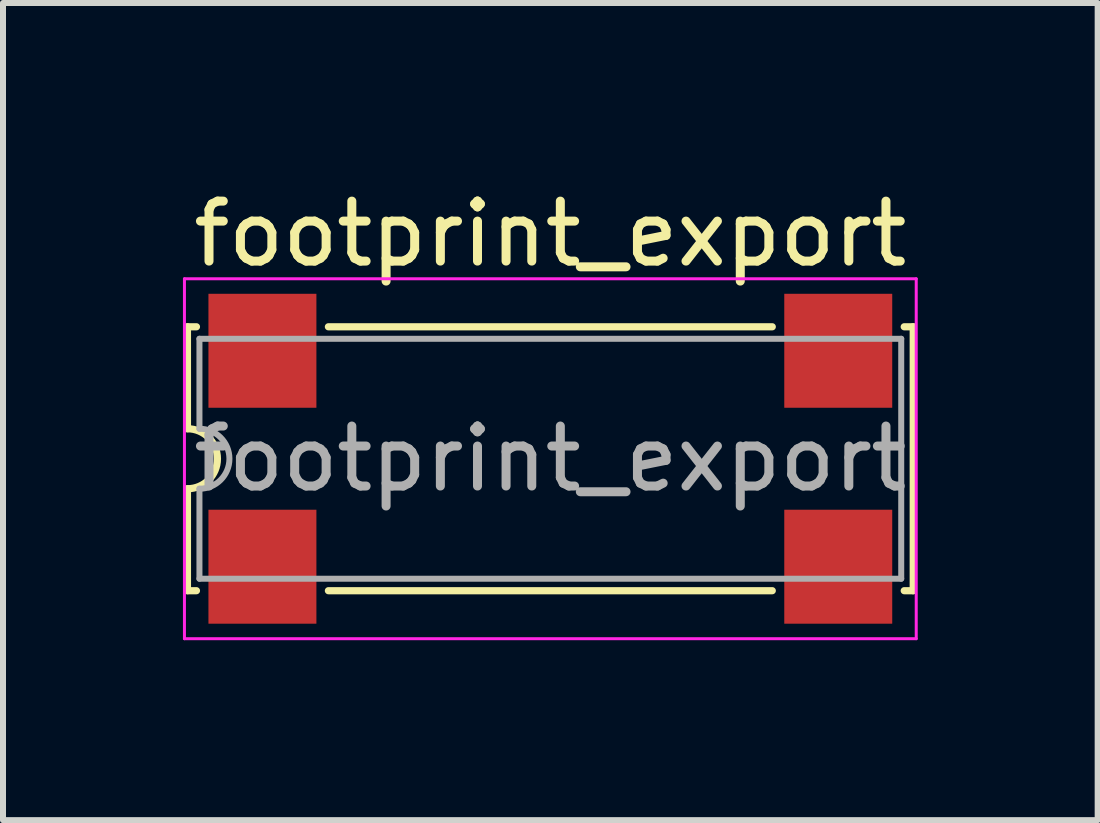
<source format=kicad_pcb>
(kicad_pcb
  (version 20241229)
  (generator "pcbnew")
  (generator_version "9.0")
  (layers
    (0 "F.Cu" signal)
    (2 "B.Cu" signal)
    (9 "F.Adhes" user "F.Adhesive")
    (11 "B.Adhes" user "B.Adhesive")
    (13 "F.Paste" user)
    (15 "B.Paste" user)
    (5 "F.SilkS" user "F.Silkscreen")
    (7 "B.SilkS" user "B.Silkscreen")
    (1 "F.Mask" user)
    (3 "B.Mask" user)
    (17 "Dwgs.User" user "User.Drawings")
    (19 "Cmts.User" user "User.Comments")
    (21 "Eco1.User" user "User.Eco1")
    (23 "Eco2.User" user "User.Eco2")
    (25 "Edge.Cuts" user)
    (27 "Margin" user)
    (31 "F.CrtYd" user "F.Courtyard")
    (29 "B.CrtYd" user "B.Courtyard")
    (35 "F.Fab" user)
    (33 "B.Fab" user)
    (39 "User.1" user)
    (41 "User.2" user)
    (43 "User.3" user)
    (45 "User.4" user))
  (footprint "footprint_export"
    (layer "F.Cu")
    (at 6.125 4.598)
    (property "Reference" "footprint_export" (at 0 -3.75 0) (layer "F.SilkS") (effects (font (size 1 1) (thickness 0.15))))
    (attr smd)
    (fp_line (start -6.05 -2.2) (end -5.9 -2.2) (stroke (width 0.12) (type solid)) (layer "F.SilkS"))
    (fp_line (start -6.05 -0.5) (end -6.05 -2.2) (stroke (width 0.12) (type solid)) (layer "F.SilkS"))
    (fp_line (start -6.05 2.2) (end -6.05 0.5) (stroke (width 0.12) (type solid)) (layer "F.SilkS"))
    (fp_line (start -6.05 2.2) (end -5.9 2.2) (stroke (width 0.12) (type solid)) (layer "F.SilkS"))
    (fp_line (start -3.7 -2.2) (end 3.7 -2.2) (stroke (width 0.12) (type solid)) (layer "F.SilkS"))
    (fp_line (start 3.7 2.2) (end -3.7 2.2) (stroke (width 0.12) (type solid)) (layer "F.SilkS"))
    (fp_line (start 5.9 -2.2) (end 6.05 -2.2) (stroke (width 0.12) (type solid)) (layer "F.SilkS"))
    (fp_line (start 6.05 -2.2) (end 6.05 2.2) (stroke (width 0.12) (type solid)) (layer "F.SilkS"))
    (fp_line (start 6.05 2.2) (end 5.9 2.2) (stroke (width 0.12) (type solid)) (layer "F.SilkS"))
    (fp_arc (start -6.05 -0.5) (mid -5.55 0) (end -6.05 0.5) (stroke (width 0.12) (type solid)) (layer "F.SilkS"))
    (fp_line (start -6.1 -3) (end -6.1 3) (stroke (width 0.05) (type solid)) (layer "F.CrtYd"))
    (fp_line (start -6.1 3) (end 6.1 3) (stroke (width 0.05) (type solid)) (layer "F.CrtYd"))
    (fp_line (start 6.1 -3) (end -6.1 -3) (stroke (width 0.05) (type solid)) (layer "F.CrtYd"))
    (fp_line (start 6.1 3) (end 6.1 -3) (stroke (width 0.05) (type solid)) (layer "F.CrtYd"))
    (fp_line (start -5.85 -2) (end 5.85 -2) (stroke (width 0.1) (type solid)) (layer "F.Fab"))
    (fp_line (start -5.85 -0.5) (end -5.85 -2) (stroke (width 0.1) (type solid)) (layer "F.Fab"))
    (fp_line (start -5.85 2) (end -5.85 0.5) (stroke (width 0.1) (type solid)) (layer "F.Fab"))
    (fp_line (start 5.85 -2) (end 5.85 2) (stroke (width 0.1) (type solid)) (layer "F.Fab"))
    (fp_line (start 5.85 2) (end -5.85 2) (stroke (width 0.1) (type solid)) (layer "F.Fab"))
    (fp_arc (start -5.85 -0.5) (mid -5.35 0) (end -5.85 0.5) (stroke (width 0.1) (type solid)) (layer "F.Fab"))
    (fp_text user "${REFERENCE}" (at 0 0 0) (layer "F.Fab") (effects (font (size 1 1) (thickness 0.15))))
    (pad "1" smd rect (at -4.8 1.8) (size 1.8 1.9) (layers "F.Cu" "F.Mask" "F.Paste"))
    (pad "2" smd rect (at 4.8 1.8) (size 1.8 1.9) (layers "F.Cu" "F.Mask" "F.Paste"))
    (pad "3" smd rect (at 4.8 -1.8) (size 1.8 1.9) (layers "F.Cu" "F.Mask" "F.Paste"))
    (pad "4" smd rect (at -4.8 -1.8) (size 1.8 1.9) (layers "F.Cu" "F.Mask" "F.Paste")))
  (gr_rect
    (start -3 -3)
    (end 15.25 10.623)
    (stroke (width 0.1) (type default))
    (fill no)
    (layer "Edge.Cuts")))
</source>
